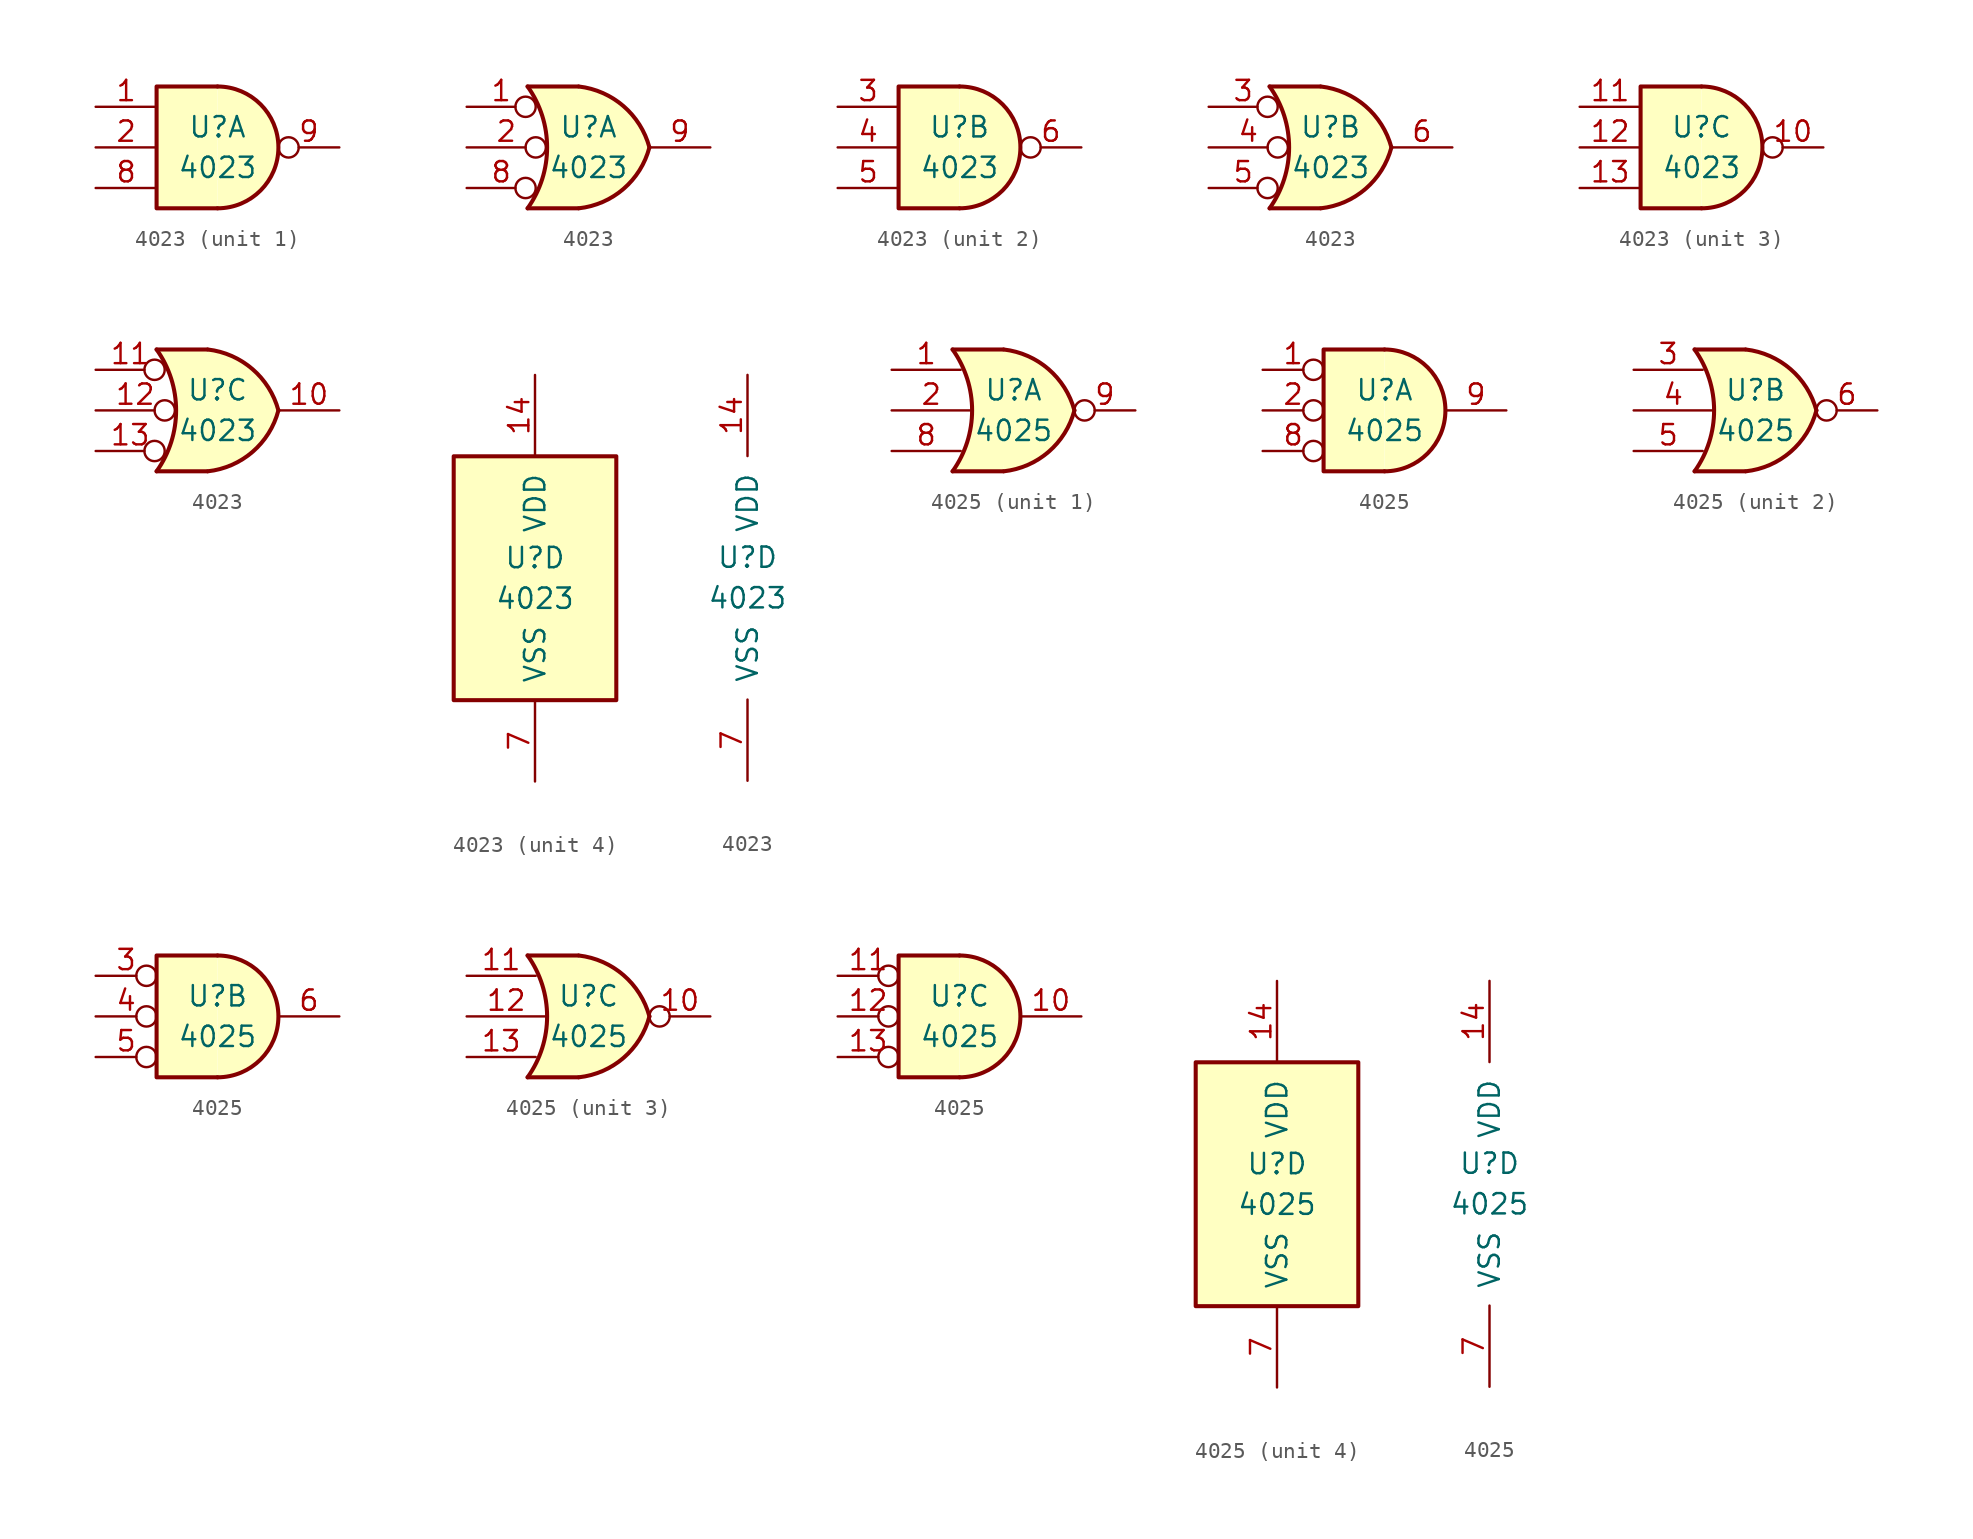
<source format=kicad_sym>
(kicad_symbol_lib
  (version 20201005)
  (generator kicad_symbol_editor)
  (symbol "4xxx:4023"
    (pin_names
      (offset 1.016))
    (property "Reference" "U"
      (at 0 1.27 0)
      (effects (font (size 1.27 1.27))))
    (property "Value" "4023"
      (at 0 -1.27 0)
      (effects (font (size 1.27 1.27))))
    (property "ki_locked" ""
      (at 0 0 0)
      (effects (font (size 1.27 1.27))))
    (symbol "4023_1_1"
      (arc (start 0 -3.81) (end 0 3.81) (radius (at 0 0) (length 3.81) (angles -89.9 89.9)) (stroke (width 0.254)) (fill (type background)))
      (polyline (pts (xy 0 3.81) (xy -3.81 3.81) (xy -3.81 -3.81) (xy 0 -3.81)) (stroke (width 0.254)) (fill (type background)))
      (pin input line (at -7.62 2.54 0) (length 3.81) (name "~" (effects (font (size 1.27 1.27)))) (number "1" (effects (font (size 1.27 1.27)))))
      (pin input line (at -7.62 0 0) (length 3.81) (name "~" (effects (font (size 1.27 1.27)))) (number "2" (effects (font (size 1.27 1.27)))))
      (pin input line (at -7.62 -2.54 0) (length 3.81) (name "~" (effects (font (size 1.27 1.27)))) (number "8" (effects (font (size 1.27 1.27)))))
      (pin output inverted (at 7.62 0 180) (length 3.81) (name "~" (effects (font (size 1.27 1.27)))) (number "9" (effects (font (size 1.27 1.27))))))
    (symbol "4023_1_2"
      (arc (start -3.81 3.81) (end -3.81 -3.81) (radius (at -9.144 0) (length 6.5532) (angles 35.4 -35.4)) (stroke (width 0.254)) (fill (type none)))
      (arc (start 3.81 0) (end -0.6096 3.81) (radius (at -1.1938 -1.3208) (length 5.1816) (angles 15 83.7)) (stroke (width 0.254)) (fill (type background)))
      (arc (start 3.81 0) (end -0.6096 -3.81) (radius (at -1.1938 1.3208) (length 5.1816) (angles -15 -83.7)) (stroke (width 0.254)) (fill (type background)))
      (polyline (pts (xy -3.81 -3.81) (xy -0.635 -3.81)) (stroke (width 0.254)) (fill (type background)))
      (polyline (pts (xy -3.81 3.81) (xy -0.635 3.81)) (stroke (width 0.254)) (fill (type background)))
      (polyline (pts (xy -0.635 3.81) (xy -3.81 3.81) (xy -3.81 3.81) (xy -3.556 3.404) (xy -3.023 2.261) (xy -2.692 1.041) (xy -2.616 -0.254) (xy -2.769 -1.499) (xy -3.175 -2.718) (xy -3.81 -3.81) (xy -3.81 -3.81) (xy -0.635 -3.81)) (stroke (width -25.4)) (fill (type background)))
      (pin input inverted (at -7.62 2.54 0) (length 4.318) (name "~" (effects (font (size 1.27 1.27)))) (number "1" (effects (font (size 1.27 1.27)))))
      (pin input inverted (at -7.62 0 0) (length 4.953) (name "~" (effects (font (size 1.27 1.27)))) (number "2" (effects (font (size 1.27 1.27)))))
      (pin input inverted (at -7.62 -2.54 0) (length 4.318) (name "~" (effects (font (size 1.27 1.27)))) (number "8" (effects (font (size 1.27 1.27)))))
      (pin output line (at 7.62 0 180) (length 3.81) (name "~" (effects (font (size 1.27 1.27)))) (number "9" (effects (font (size 1.27 1.27))))))
    (symbol "4023_2_1"
      (arc (start 0 -3.81) (end 0 3.81) (radius (at 0 0) (length 3.81) (angles -89.9 89.9)) (stroke (width 0.254)) (fill (type background)))
      (polyline (pts (xy 0 3.81) (xy -3.81 3.81) (xy -3.81 -3.81) (xy 0 -3.81)) (stroke (width 0.254)) (fill (type background)))
      (pin input line (at -7.62 2.54 0) (length 3.81) (name "~" (effects (font (size 1.27 1.27)))) (number "3" (effects (font (size 1.27 1.27)))))
      (pin input line (at -7.62 0 0) (length 3.81) (name "~" (effects (font (size 1.27 1.27)))) (number "4" (effects (font (size 1.27 1.27)))))
      (pin input line (at -7.62 -2.54 0) (length 3.81) (name "~" (effects (font (size 1.27 1.27)))) (number "5" (effects (font (size 1.27 1.27)))))
      (pin output inverted (at 7.62 0 180) (length 3.81) (name "~" (effects (font (size 1.27 1.27)))) (number "6" (effects (font (size 1.27 1.27))))))
    (symbol "4023_2_2"
      (arc (start -3.81 3.81) (end -3.81 -3.81) (radius (at -9.144 0) (length 6.5532) (angles 35.4 -35.4)) (stroke (width 0.254)) (fill (type none)))
      (arc (start 3.81 0) (end -0.6096 3.81) (radius (at -1.1938 -1.3208) (length 5.1816) (angles 15 83.7)) (stroke (width 0.254)) (fill (type background)))
      (arc (start 3.81 0) (end -0.6096 -3.81) (radius (at -1.1938 1.3208) (length 5.1816) (angles -15 -83.7)) (stroke (width 0.254)) (fill (type background)))
      (polyline (pts (xy -3.81 -3.81) (xy -0.635 -3.81)) (stroke (width 0.254)) (fill (type background)))
      (polyline (pts (xy -3.81 3.81) (xy -0.635 3.81)) (stroke (width 0.254)) (fill (type background)))
      (polyline (pts (xy -0.635 3.81) (xy -3.81 3.81) (xy -3.81 3.81) (xy -3.556 3.404) (xy -3.023 2.261) (xy -2.692 1.041) (xy -2.616 -0.254) (xy -2.769 -1.499) (xy -3.175 -2.718) (xy -3.81 -3.81) (xy -3.81 -3.81) (xy -0.635 -3.81)) (stroke (width -25.4)) (fill (type background)))
      (pin input inverted (at -7.62 2.54 0) (length 4.318) (name "~" (effects (font (size 1.27 1.27)))) (number "3" (effects (font (size 1.27 1.27)))))
      (pin input inverted (at -7.62 0 0) (length 4.953) (name "~" (effects (font (size 1.27 1.27)))) (number "4" (effects (font (size 1.27 1.27)))))
      (pin input inverted (at -7.62 -2.54 0) (length 4.318) (name "~" (effects (font (size 1.27 1.27)))) (number "5" (effects (font (size 1.27 1.27)))))
      (pin output line (at 7.62 0 180) (length 3.81) (name "~" (effects (font (size 1.27 1.27)))) (number "6" (effects (font (size 1.27 1.27))))))
    (symbol "4023_3_1"
      (arc (start 0 -3.81) (end 0 3.81) (radius (at 0 0) (length 3.81) (angles -89.9 89.9)) (stroke (width 0.254)) (fill (type background)))
      (polyline (pts (xy 0 3.81) (xy -3.81 3.81) (xy -3.81 -3.81) (xy 0 -3.81)) (stroke (width 0.254)) (fill (type background)))
      (pin output inverted (at 7.62 0 180) (length 3.81) (name "~" (effects (font (size 1.27 1.27)))) (number "10" (effects (font (size 1.27 1.27)))))
      (pin input line (at -7.62 2.54 0) (length 3.81) (name "~" (effects (font (size 1.27 1.27)))) (number "11" (effects (font (size 1.27 1.27)))))
      (pin input line (at -7.62 0 0) (length 3.81) (name "~" (effects (font (size 1.27 1.27)))) (number "12" (effects (font (size 1.27 1.27)))))
      (pin input line (at -7.62 -2.54 0) (length 3.81) (name "~" (effects (font (size 1.27 1.27)))) (number "13" (effects (font (size 1.27 1.27))))))
    (symbol "4023_3_2"
      (arc (start -3.81 3.81) (end -3.81 -3.81) (radius (at -9.144 0) (length 6.5532) (angles 35.4 -35.4)) (stroke (width 0.254)) (fill (type none)))
      (arc (start 3.81 0) (end -0.6096 3.81) (radius (at -1.1938 -1.3208) (length 5.1816) (angles 15 83.7)) (stroke (width 0.254)) (fill (type background)))
      (arc (start 3.81 0) (end -0.6096 -3.81) (radius (at -1.1938 1.3208) (length 5.1816) (angles -15 -83.7)) (stroke (width 0.254)) (fill (type background)))
      (polyline (pts (xy -3.81 -3.81) (xy -0.635 -3.81)) (stroke (width 0.254)) (fill (type background)))
      (polyline (pts (xy -3.81 3.81) (xy -0.635 3.81)) (stroke (width 0.254)) (fill (type background)))
      (polyline (pts (xy -0.635 3.81) (xy -3.81 3.81) (xy -3.81 3.81) (xy -3.556 3.404) (xy -3.023 2.261) (xy -2.692 1.041) (xy -2.616 -0.254) (xy -2.769 -1.499) (xy -3.175 -2.718) (xy -3.81 -3.81) (xy -3.81 -3.81) (xy -0.635 -3.81)) (stroke (width -25.4)) (fill (type background)))
      (pin output line (at 7.62 0 180) (length 3.81) (name "~" (effects (font (size 1.27 1.27)))) (number "10" (effects (font (size 1.27 1.27)))))
      (pin input inverted (at -7.62 2.54 0) (length 4.318) (name "~" (effects (font (size 1.27 1.27)))) (number "11" (effects (font (size 1.27 1.27)))))
      (pin input inverted (at -7.62 0 0) (length 4.953) (name "~" (effects (font (size 1.27 1.27)))) (number "12" (effects (font (size 1.27 1.27)))))
      (pin input inverted (at -7.62 -2.54 0) (length 4.318) (name "~" (effects (font (size 1.27 1.27)))) (number "13" (effects (font (size 1.27 1.27))))))
    (symbol "4023_4_0"
      (pin power_in line (at 0 12.7 270) (length 5.08) (name "VDD" (effects (font (size 1.27 1.27)))) (number "14" (effects (font (size 1.27 1.27)))))
      (pin power_in line (at 0 -12.7 90) (length 5.08) (name "VSS" (effects (font (size 1.27 1.27)))) (number "7" (effects (font (size 1.27 1.27))))))
    (symbol "4023_4_1"
      (rectangle (start -5.08 7.62) (end 5.08 -7.62) (stroke (width 0.254)) (fill (type background)))))
  (symbol "4xxx:4025"
    (pin_names
      (offset 1.016))
    (property "Reference" "U"
      (at 0 1.27 0)
      (effects (font (size 1.27 1.27))))
    (property "Value" "4025"
      (at 0 -1.27 0)
      (effects (font (size 1.27 1.27))))
    (property "ki_locked" ""
      (at 0 0 0)
      (effects (font (size 1.27 1.27))))
    (symbol "4025_1_1"
      (arc (start -3.81 3.81) (end -3.81 -3.81) (radius (at -9.144 0) (length 6.5532) (angles 35.4 -35.4)) (stroke (width 0.254)) (fill (type none)))
      (arc (start 3.81 0) (end -0.6096 3.81) (radius (at -1.1938 -1.3208) (length 5.1816) (angles 15 83.7)) (stroke (width 0.254)) (fill (type background)))
      (arc (start 3.81 0) (end -0.6096 -3.81) (radius (at -1.1938 1.3208) (length 5.1816) (angles -15 -83.7)) (stroke (width 0.254)) (fill (type background)))
      (polyline (pts (xy -3.81 -3.81) (xy -0.635 -3.81)) (stroke (width 0.254)) (fill (type background)))
      (polyline (pts (xy -3.81 3.81) (xy -0.635 3.81)) (stroke (width 0.254)) (fill (type background)))
      (polyline (pts (xy -0.635 3.81) (xy -3.81 3.81) (xy -3.81 3.81) (xy -3.556 3.404) (xy -3.023 2.261) (xy -2.692 1.041) (xy -2.616 -0.254) (xy -2.769 -1.499) (xy -3.175 -2.718) (xy -3.81 -3.81) (xy -3.81 -3.81) (xy -0.635 -3.81)) (stroke (width -25.4)) (fill (type background)))
      (pin input line (at -7.62 2.54 0) (length 4.318) (name "~" (effects (font (size 1.27 1.27)))) (number "1" (effects (font (size 1.27 1.27)))))
      (pin input line (at -7.62 0 0) (length 4.953) (name "~" (effects (font (size 1.27 1.27)))) (number "2" (effects (font (size 1.27 1.27)))))
      (pin input line (at -7.62 -2.54 0) (length 4.318) (name "~" (effects (font (size 1.27 1.27)))) (number "8" (effects (font (size 1.27 1.27)))))
      (pin output inverted (at 7.62 0 180) (length 3.81) (name "~" (effects (font (size 1.27 1.27)))) (number "9" (effects (font (size 1.27 1.27))))))
    (symbol "4025_1_2"
      (arc (start 0 -3.81) (end 0 3.81) (radius (at 0 0) (length 3.81) (angles -89.9 89.9)) (stroke (width 0.254)) (fill (type background)))
      (polyline (pts (xy 0 3.81) (xy -3.81 3.81) (xy -3.81 -3.81) (xy 0 -3.81)) (stroke (width 0.254)) (fill (type background)))
      (pin input inverted (at -7.62 2.54 0) (length 3.81) (name "~" (effects (font (size 1.27 1.27)))) (number "1" (effects (font (size 1.27 1.27)))))
      (pin input inverted (at -7.62 0 0) (length 3.81) (name "~" (effects (font (size 1.27 1.27)))) (number "2" (effects (font (size 1.27 1.27)))))
      (pin input inverted (at -7.62 -2.54 0) (length 3.81) (name "~" (effects (font (size 1.27 1.27)))) (number "8" (effects (font (size 1.27 1.27)))))
      (pin output line (at 7.62 0 180) (length 3.81) (name "~" (effects (font (size 1.27 1.27)))) (number "9" (effects (font (size 1.27 1.27))))))
    (symbol "4025_2_1"
      (arc (start -3.81 3.81) (end -3.81 -3.81) (radius (at -9.144 0) (length 6.5532) (angles 35.4 -35.4)) (stroke (width 0.254)) (fill (type none)))
      (arc (start 3.81 0) (end -0.6096 3.81) (radius (at -1.1938 -1.3208) (length 5.1816) (angles 15 83.7)) (stroke (width 0.254)) (fill (type background)))
      (arc (start 3.81 0) (end -0.6096 -3.81) (radius (at -1.1938 1.3208) (length 5.1816) (angles -15 -83.7)) (stroke (width 0.254)) (fill (type background)))
      (polyline (pts (xy -3.81 -3.81) (xy -0.635 -3.81)) (stroke (width 0.254)) (fill (type background)))
      (polyline (pts (xy -3.81 3.81) (xy -0.635 3.81)) (stroke (width 0.254)) (fill (type background)))
      (polyline (pts (xy -0.635 3.81) (xy -3.81 3.81) (xy -3.81 3.81) (xy -3.556 3.404) (xy -3.023 2.261) (xy -2.692 1.041) (xy -2.616 -0.254) (xy -2.769 -1.499) (xy -3.175 -2.718) (xy -3.81 -3.81) (xy -3.81 -3.81) (xy -0.635 -3.81)) (stroke (width -25.4)) (fill (type background)))
      (pin input line (at -7.62 2.54 0) (length 4.318) (name "~" (effects (font (size 1.27 1.27)))) (number "3" (effects (font (size 1.27 1.27)))))
      (pin input line (at -7.62 0 0) (length 4.953) (name "~" (effects (font (size 1.27 1.27)))) (number "4" (effects (font (size 1.27 1.27)))))
      (pin input line (at -7.62 -2.54 0) (length 4.318) (name "~" (effects (font (size 1.27 1.27)))) (number "5" (effects (font (size 1.27 1.27)))))
      (pin output inverted (at 7.62 0 180) (length 3.81) (name "~" (effects (font (size 1.27 1.27)))) (number "6" (effects (font (size 1.27 1.27))))))
    (symbol "4025_2_2"
      (arc (start 0 -3.81) (end 0 3.81) (radius (at 0 0) (length 3.81) (angles -89.9 89.9)) (stroke (width 0.254)) (fill (type background)))
      (polyline (pts (xy 0 3.81) (xy -3.81 3.81) (xy -3.81 -3.81) (xy 0 -3.81)) (stroke (width 0.254)) (fill (type background)))
      (pin input inverted (at -7.62 2.54 0) (length 3.81) (name "~" (effects (font (size 1.27 1.27)))) (number "3" (effects (font (size 1.27 1.27)))))
      (pin input inverted (at -7.62 0 0) (length 3.81) (name "~" (effects (font (size 1.27 1.27)))) (number "4" (effects (font (size 1.27 1.27)))))
      (pin input inverted (at -7.62 -2.54 0) (length 3.81) (name "~" (effects (font (size 1.27 1.27)))) (number "5" (effects (font (size 1.27 1.27)))))
      (pin output line (at 7.62 0 180) (length 3.81) (name "~" (effects (font (size 1.27 1.27)))) (number "6" (effects (font (size 1.27 1.27))))))
    (symbol "4025_3_1"
      (arc (start -3.81 3.81) (end -3.81 -3.81) (radius (at -9.144 0) (length 6.5532) (angles 35.4 -35.4)) (stroke (width 0.254)) (fill (type none)))
      (arc (start 3.81 0) (end -0.6096 3.81) (radius (at -1.1938 -1.3208) (length 5.1816) (angles 15 83.7)) (stroke (width 0.254)) (fill (type background)))
      (arc (start 3.81 0) (end -0.6096 -3.81) (radius (at -1.1938 1.3208) (length 5.1816) (angles -15 -83.7)) (stroke (width 0.254)) (fill (type background)))
      (polyline (pts (xy -3.81 -3.81) (xy -0.635 -3.81)) (stroke (width 0.254)) (fill (type background)))
      (polyline (pts (xy -3.81 3.81) (xy -0.635 3.81)) (stroke (width 0.254)) (fill (type background)))
      (polyline (pts (xy -0.635 3.81) (xy -3.81 3.81) (xy -3.81 3.81) (xy -3.556 3.404) (xy -3.023 2.261) (xy -2.692 1.041) (xy -2.616 -0.254) (xy -2.769 -1.499) (xy -3.175 -2.718) (xy -3.81 -3.81) (xy -3.81 -3.81) (xy -0.635 -3.81)) (stroke (width -25.4)) (fill (type background)))
      (pin output inverted (at 7.62 0 180) (length 3.81) (name "~" (effects (font (size 1.27 1.27)))) (number "10" (effects (font (size 1.27 1.27)))))
      (pin input line (at -7.62 2.54 0) (length 4.318) (name "~" (effects (font (size 1.27 1.27)))) (number "11" (effects (font (size 1.27 1.27)))))
      (pin input line (at -7.62 0 0) (length 4.953) (name "~" (effects (font (size 1.27 1.27)))) (number "12" (effects (font (size 1.27 1.27)))))
      (pin input line (at -7.62 -2.54 0) (length 4.318) (name "~" (effects (font (size 1.27 1.27)))) (number "13" (effects (font (size 1.27 1.27))))))
    (symbol "4025_3_2"
      (arc (start 0 -3.81) (end 0 3.81) (radius (at 0 0) (length 3.81) (angles -89.9 89.9)) (stroke (width 0.254)) (fill (type background)))
      (polyline (pts (xy 0 3.81) (xy -3.81 3.81) (xy -3.81 -3.81) (xy 0 -3.81)) (stroke (width 0.254)) (fill (type background)))
      (pin output line (at 7.62 0 180) (length 3.81) (name "~" (effects (font (size 1.27 1.27)))) (number "10" (effects (font (size 1.27 1.27)))))
      (pin input inverted (at -7.62 2.54 0) (length 3.81) (name "~" (effects (font (size 1.27 1.27)))) (number "11" (effects (font (size 1.27 1.27)))))
      (pin input inverted (at -7.62 0 0) (length 3.81) (name "~" (effects (font (size 1.27 1.27)))) (number "12" (effects (font (size 1.27 1.27)))))
      (pin input inverted (at -7.62 -2.54 0) (length 3.81) (name "~" (effects (font (size 1.27 1.27)))) (number "13" (effects (font (size 1.27 1.27))))))
    (symbol "4025_4_0"
      (pin power_in line (at 0 12.7 270) (length 5.08) (name "VDD" (effects (font (size 1.27 1.27)))) (number "14" (effects (font (size 1.27 1.27)))))
      (pin power_in line (at 0 -12.7 90) (length 5.08) (name "VSS" (effects (font (size 1.27 1.27)))) (number "7" (effects (font (size 1.27 1.27))))))
    (symbol "4025_4_1"
      (rectangle (start -5.08 7.62) (end 5.08 -7.62) (stroke (width 0.254)) (fill (type background))))))
</source>
